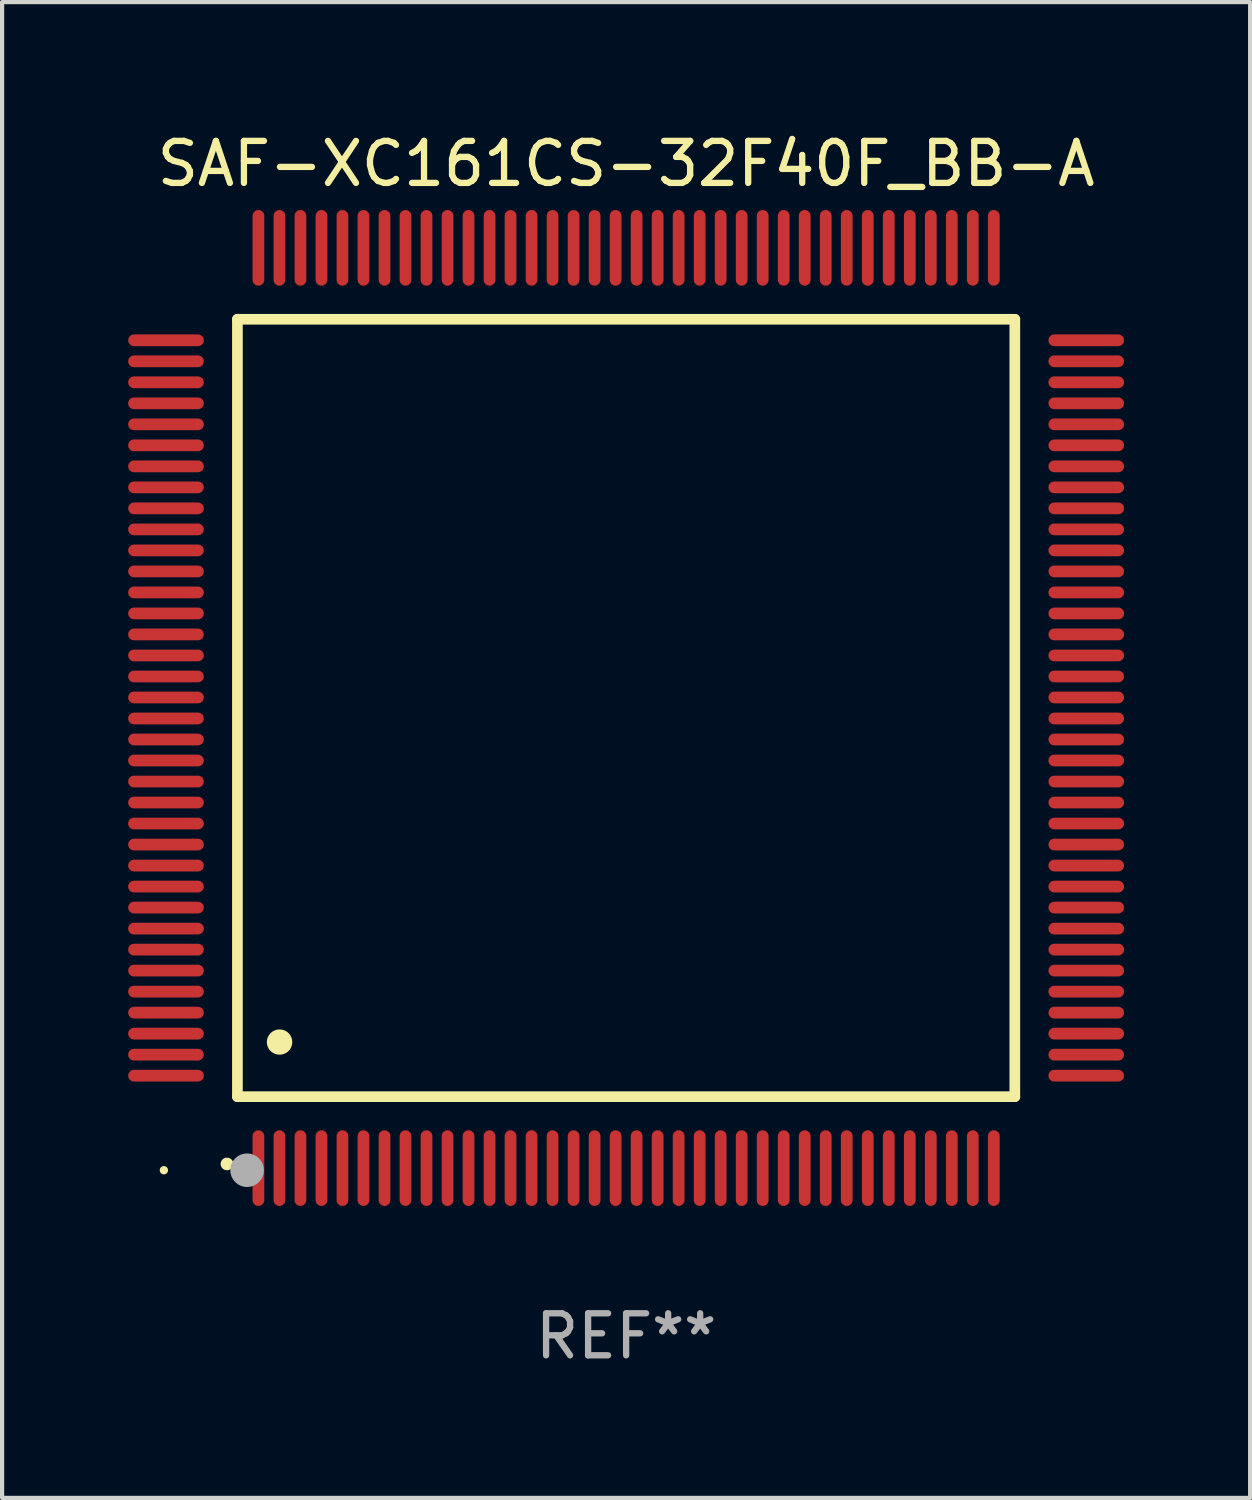
<source format=kicad_pcb>
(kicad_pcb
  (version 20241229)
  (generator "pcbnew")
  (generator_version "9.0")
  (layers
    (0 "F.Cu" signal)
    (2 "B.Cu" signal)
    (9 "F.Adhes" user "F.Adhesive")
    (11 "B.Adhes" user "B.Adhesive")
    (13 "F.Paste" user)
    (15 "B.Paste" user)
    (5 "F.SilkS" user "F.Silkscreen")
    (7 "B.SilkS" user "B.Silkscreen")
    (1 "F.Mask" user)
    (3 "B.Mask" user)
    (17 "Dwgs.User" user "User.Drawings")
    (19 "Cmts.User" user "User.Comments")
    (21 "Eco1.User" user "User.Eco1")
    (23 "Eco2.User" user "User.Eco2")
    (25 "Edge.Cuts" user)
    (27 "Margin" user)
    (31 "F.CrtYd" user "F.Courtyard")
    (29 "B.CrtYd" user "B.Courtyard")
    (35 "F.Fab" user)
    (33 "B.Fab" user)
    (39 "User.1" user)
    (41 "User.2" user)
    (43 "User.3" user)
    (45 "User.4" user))
  (footprint "SAF-XC161CS-32F40F_BB-A"
    (layer "F.Cu")
    (at 11.85 13.798)
    (property "Reference" "SAF-XC161CS-32F40F_BB-A" (at 0 -12.95 0) (layer "F.SilkS") (effects (font (size 1 1) (thickness 0.15))))
    (attr through_hole)
    (fp_line (start -9.25 -9.25) (end -9.25 9.25) (stroke (width 0.254) (type solid)) (layer "F.SilkS"))
    (fp_line (start -9.25 9.25) (end 9.25 9.25) (stroke (width 0.254) (type solid)) (layer "F.SilkS"))
    (fp_line (start 9.25 -9.25) (end -9.25 -9.25) (stroke (width 0.254) (type solid)) (layer "F.SilkS"))
    (fp_line (start 9.25 9.25) (end 9.25 -9.25) (stroke (width 0.254) (type solid)) (layer "F.SilkS"))
    (fp_arc (start -9.499619 10.850902) (mid -9.498349 10.850897) (end -9.497079 10.850902) (stroke (width 0.3) (type solid)) (layer "F.SilkS"))
    (fp_arc (start -8.249936 7.950216) (mid -8.247396 7.950205) (end -8.244856 7.950216) (stroke (width 0.6) (type solid)) (layer "F.SilkS"))
    (fp_circle (center -11 11) (end -10.95 11) (stroke (width 0.1) (type solid)) (fill no) (layer "F.SilkS"))
    (fp_circle (center -9.02 11) (end -8.82 11) (stroke (width 0.4) (type solid)) (fill no) (layer "F.Fab"))
    (fp_text user "REF**" (at 0 14.95 0) (layer "F.Fab") (effects (font (size 1 1) (thickness 0.15))))
    (pad "1" smd oval (at -8.75 10.95) (size 0.28 1.8) (layers "F.Cu" "F.Mask" "F.Paste"))
    (pad "2" smd oval (at -8.25 10.95) (size 0.28 1.8) (layers "F.Cu" "F.Mask" "F.Paste"))
    (pad "3" smd oval (at -7.75 10.95) (size 0.28 1.8) (layers "F.Cu" "F.Mask" "F.Paste"))
    (pad "4" smd oval (at -7.25 10.95) (size 0.28 1.8) (layers "F.Cu" "F.Mask" "F.Paste"))
    (pad "5" smd oval (at -6.75 10.95) (size 0.28 1.8) (layers "F.Cu" "F.Mask" "F.Paste"))
    (pad "6" smd oval (at -6.25 10.95) (size 0.28 1.8) (layers "F.Cu" "F.Mask" "F.Paste"))
    (pad "7" smd oval (at -5.75 10.95) (size 0.28 1.8) (layers "F.Cu" "F.Mask" "F.Paste"))
    (pad "8" smd oval (at -5.25 10.95) (size 0.28 1.8) (layers "F.Cu" "F.Mask" "F.Paste"))
    (pad "9" smd oval (at -4.75 10.95) (size 0.28 1.8) (layers "F.Cu" "F.Mask" "F.Paste"))
    (pad "10" smd oval (at -4.25 10.95) (size 0.28 1.8) (layers "F.Cu" "F.Mask" "F.Paste"))
    (pad "11" smd oval (at -3.75 10.95) (size 0.28 1.8) (layers "F.Cu" "F.Mask" "F.Paste"))
    (pad "12" smd oval (at -3.25 10.95) (size 0.28 1.8) (layers "F.Cu" "F.Mask" "F.Paste"))
    (pad "13" smd oval (at -2.75 10.95) (size 0.28 1.8) (layers "F.Cu" "F.Mask" "F.Paste"))
    (pad "14" smd oval (at -2.25 10.95) (size 0.28 1.8) (layers "F.Cu" "F.Mask" "F.Paste"))
    (pad "15" smd oval (at -1.75 10.95) (size 0.28 1.8) (layers "F.Cu" "F.Mask" "F.Paste"))
    (pad "16" smd oval (at -1.25 10.95) (size 0.28 1.8) (layers "F.Cu" "F.Mask" "F.Paste"))
    (pad "17" smd oval (at -0.75 10.95) (size 0.28 1.8) (layers "F.Cu" "F.Mask" "F.Paste"))
    (pad "18" smd oval (at -0.25 10.95) (size 0.28 1.8) (layers "F.Cu" "F.Mask" "F.Paste"))
    (pad "19" smd oval (at 0.25 10.95) (size 0.28 1.8) (layers "F.Cu" "F.Mask" "F.Paste"))
    (pad "20" smd oval (at 0.75 10.95) (size 0.28 1.8) (layers "F.Cu" "F.Mask" "F.Paste"))
    (pad "21" smd oval (at 1.25 10.95) (size 0.28 1.8) (layers "F.Cu" "F.Mask" "F.Paste"))
    (pad "22" smd oval (at 1.75 10.95) (size 0.28 1.8) (layers "F.Cu" "F.Mask" "F.Paste"))
    (pad "23" smd oval (at 2.25 10.95) (size 0.28 1.8) (layers "F.Cu" "F.Mask" "F.Paste"))
    (pad "24" smd oval (at 2.75 10.95) (size 0.28 1.8) (layers "F.Cu" "F.Mask" "F.Paste"))
    (pad "25" smd oval (at 3.25 10.95) (size 0.28 1.8) (layers "F.Cu" "F.Mask" "F.Paste"))
    (pad "26" smd oval (at 3.75 10.95) (size 0.28 1.8) (layers "F.Cu" "F.Mask" "F.Paste"))
    (pad "27" smd oval (at 4.25 10.95) (size 0.28 1.8) (layers "F.Cu" "F.Mask" "F.Paste"))
    (pad "28" smd oval (at 4.75 10.95) (size 0.28 1.8) (layers "F.Cu" "F.Mask" "F.Paste"))
    (pad "29" smd oval (at 5.25 10.95) (size 0.28 1.8) (layers "F.Cu" "F.Mask" "F.Paste"))
    (pad "30" smd oval (at 5.75 10.95) (size 0.28 1.8) (layers "F.Cu" "F.Mask" "F.Paste"))
    (pad "31" smd oval (at 6.25 10.95) (size 0.28 1.8) (layers "F.Cu" "F.Mask" "F.Paste"))
    (pad "32" smd oval (at 6.75 10.95) (size 0.28 1.8) (layers "F.Cu" "F.Mask" "F.Paste"))
    (pad "33" smd oval (at 7.25 10.95) (size 0.28 1.8) (layers "F.Cu" "F.Mask" "F.Paste"))
    (pad "34" smd oval (at 7.75 10.95) (size 0.28 1.8) (layers "F.Cu" "F.Mask" "F.Paste"))
    (pad "35" smd oval (at 8.25 10.95) (size 0.28 1.8) (layers "F.Cu" "F.Mask" "F.Paste"))
    (pad "36" smd oval (at 8.75 10.95) (size 0.28 1.8) (layers "F.Cu" "F.Mask" "F.Paste"))
    (pad "37" smd oval (at 10.95 8.75) (size 1.8 0.28) (layers "F.Cu" "F.Mask" "F.Paste"))
    (pad "38" smd oval (at 10.95 8.25) (size 1.8 0.28) (layers "F.Cu" "F.Mask" "F.Paste"))
    (pad "39" smd oval (at 10.95 7.75) (size 1.8 0.28) (layers "F.Cu" "F.Mask" "F.Paste"))
    (pad "40" smd oval (at 10.95 7.25) (size 1.8 0.28) (layers "F.Cu" "F.Mask" "F.Paste"))
    (pad "41" smd oval (at 10.95 6.75) (size 1.8 0.28) (layers "F.Cu" "F.Mask" "F.Paste"))
    (pad "42" smd oval (at 10.95 6.25) (size 1.8 0.28) (layers "F.Cu" "F.Mask" "F.Paste"))
    (pad "43" smd oval (at 10.95 5.75) (size 1.8 0.28) (layers "F.Cu" "F.Mask" "F.Paste"))
    (pad "44" smd oval (at 10.95 5.25) (size 1.8 0.28) (layers "F.Cu" "F.Mask" "F.Paste"))
    (pad "45" smd oval (at 10.95 4.75) (size 1.8 0.28) (layers "F.Cu" "F.Mask" "F.Paste"))
    (pad "46" smd oval (at 10.95 4.25) (size 1.8 0.28) (layers "F.Cu" "F.Mask" "F.Paste"))
    (pad "47" smd oval (at 10.95 3.75) (size 1.8 0.28) (layers "F.Cu" "F.Mask" "F.Paste"))
    (pad "48" smd oval (at 10.95 3.25) (size 1.8 0.28) (layers "F.Cu" "F.Mask" "F.Paste"))
    (pad "49" smd oval (at 10.95 2.75) (size 1.8 0.28) (layers "F.Cu" "F.Mask" "F.Paste"))
    (pad "50" smd oval (at 10.95 2.25) (size 1.8 0.28) (layers "F.Cu" "F.Mask" "F.Paste"))
    (pad "51" smd oval (at 10.95 1.75) (size 1.8 0.28) (layers "F.Cu" "F.Mask" "F.Paste"))
    (pad "52" smd oval (at 10.95 1.25) (size 1.8 0.28) (layers "F.Cu" "F.Mask" "F.Paste"))
    (pad "53" smd oval (at 10.95 0.75) (size 1.8 0.28) (layers "F.Cu" "F.Mask" "F.Paste"))
    (pad "54" smd oval (at 10.95 0.25) (size 1.8 0.28) (layers "F.Cu" "F.Mask" "F.Paste"))
    (pad "55" smd oval (at 10.95 -0.25) (size 1.8 0.28) (layers "F.Cu" "F.Mask" "F.Paste"))
    (pad "56" smd oval (at 10.95 -0.75) (size 1.8 0.28) (layers "F.Cu" "F.Mask" "F.Paste"))
    (pad "57" smd oval (at 10.95 -1.25) (size 1.8 0.28) (layers "F.Cu" "F.Mask" "F.Paste"))
    (pad "58" smd oval (at 10.95 -1.75) (size 1.8 0.28) (layers "F.Cu" "F.Mask" "F.Paste"))
    (pad "59" smd oval (at 10.95 -2.25) (size 1.8 0.28) (layers "F.Cu" "F.Mask" "F.Paste"))
    (pad "60" smd oval (at 10.95 -2.75) (size 1.8 0.28) (layers "F.Cu" "F.Mask" "F.Paste"))
    (pad "61" smd oval (at 10.95 -3.25) (size 1.8 0.28) (layers "F.Cu" "F.Mask" "F.Paste"))
    (pad "62" smd oval (at 10.95 -3.75) (size 1.8 0.28) (layers "F.Cu" "F.Mask" "F.Paste"))
    (pad "63" smd oval (at 10.95 -4.25) (size 1.8 0.28) (layers "F.Cu" "F.Mask" "F.Paste"))
    (pad "64" smd oval (at 10.95 -4.75) (size 1.8 0.28) (layers "F.Cu" "F.Mask" "F.Paste"))
    (pad "65" smd oval (at 10.95 -5.25) (size 1.8 0.28) (layers "F.Cu" "F.Mask" "F.Paste"))
    (pad "66" smd oval (at 10.95 -5.75) (size 1.8 0.28) (layers "F.Cu" "F.Mask" "F.Paste"))
    (pad "67" smd oval (at 10.95 -6.25) (size 1.8 0.28) (layers "F.Cu" "F.Mask" "F.Paste"))
    (pad "68" smd oval (at 10.95 -6.75) (size 1.8 0.28) (layers "F.Cu" "F.Mask" "F.Paste"))
    (pad "69" smd oval (at 10.95 -7.25) (size 1.8 0.28) (layers "F.Cu" "F.Mask" "F.Paste"))
    (pad "70" smd oval (at 10.95 -7.75) (size 1.8 0.28) (layers "F.Cu" "F.Mask" "F.Paste"))
    (pad "71" smd oval (at 10.95 -8.25) (size 1.8 0.28) (layers "F.Cu" "F.Mask" "F.Paste"))
    (pad "72" smd oval (at 10.95 -8.75) (size 1.8 0.28) (layers "F.Cu" "F.Mask" "F.Paste"))
    (pad "73" smd oval (at 8.75 -10.95) (size 0.28 1.8) (layers "F.Cu" "F.Mask" "F.Paste"))
    (pad "74" smd oval (at 8.25 -10.95) (size 0.28 1.8) (layers "F.Cu" "F.Mask" "F.Paste"))
    (pad "75" smd oval (at 7.75 -10.95) (size 0.28 1.8) (layers "F.Cu" "F.Mask" "F.Paste"))
    (pad "76" smd oval (at 7.25 -10.95) (size 0.28 1.8) (layers "F.Cu" "F.Mask" "F.Paste"))
    (pad "77" smd oval (at 6.75 -10.95) (size 0.28 1.8) (layers "F.Cu" "F.Mask" "F.Paste"))
    (pad "78" smd oval (at 6.25 -10.95) (size 0.28 1.8) (layers "F.Cu" "F.Mask" "F.Paste"))
    (pad "79" smd oval (at 5.75 -10.95) (size 0.28 1.8) (layers "F.Cu" "F.Mask" "F.Paste"))
    (pad "80" smd oval (at 5.25 -10.95) (size 0.28 1.8) (layers "F.Cu" "F.Mask" "F.Paste"))
    (pad "81" smd oval (at 4.75 -10.95) (size 0.28 1.8) (layers "F.Cu" "F.Mask" "F.Paste"))
    (pad "82" smd oval (at 4.25 -10.95) (size 0.28 1.8) (layers "F.Cu" "F.Mask" "F.Paste"))
    (pad "83" smd oval (at 3.75 -10.95) (size 0.28 1.8) (layers "F.Cu" "F.Mask" "F.Paste"))
    (pad "84" smd oval (at 3.25 -10.95) (size 0.28 1.8) (layers "F.Cu" "F.Mask" "F.Paste"))
    (pad "85" smd oval (at 2.75 -10.95) (size 0.28 1.8) (layers "F.Cu" "F.Mask" "F.Paste"))
    (pad "86" smd oval (at 2.25 -10.95) (size 0.28 1.8) (layers "F.Cu" "F.Mask" "F.Paste"))
    (pad "87" smd oval (at 1.75 -10.95) (size 0.28 1.8) (layers "F.Cu" "F.Mask" "F.Paste"))
    (pad "88" smd oval (at 1.25 -10.95) (size 0.28 1.8) (layers "F.Cu" "F.Mask" "F.Paste"))
    (pad "89" smd oval (at 0.75 -10.95) (size 0.28 1.8) (layers "F.Cu" "F.Mask" "F.Paste"))
    (pad "90" smd oval (at 0.25 -10.95) (size 0.28 1.8) (layers "F.Cu" "F.Mask" "F.Paste"))
    (pad "91" smd oval (at -0.25 -10.95) (size 0.28 1.8) (layers "F.Cu" "F.Mask" "F.Paste"))
    (pad "92" smd oval (at -0.75 -10.95) (size 0.28 1.8) (layers "F.Cu" "F.Mask" "F.Paste"))
    (pad "93" smd oval (at -1.25 -10.95) (size 0.28 1.8) (layers "F.Cu" "F.Mask" "F.Paste"))
    (pad "94" smd oval (at -1.75 -10.95) (size 0.28 1.8) (layers "F.Cu" "F.Mask" "F.Paste"))
    (pad "95" smd oval (at -2.25 -10.95) (size 0.28 1.8) (layers "F.Cu" "F.Mask" "F.Paste"))
    (pad "96" smd oval (at -2.75 -10.95) (size 0.28 1.8) (layers "F.Cu" "F.Mask" "F.Paste"))
    (pad "97" smd oval (at -3.25 -10.95) (size 0.28 1.8) (layers "F.Cu" "F.Mask" "F.Paste"))
    (pad "98" smd oval (at -3.75 -10.95) (size 0.28 1.8) (layers "F.Cu" "F.Mask" "F.Paste"))
    (pad "99" smd oval (at -4.25 -10.95) (size 0.28 1.8) (layers "F.Cu" "F.Mask" "F.Paste"))
    (pad "100" smd oval (at -4.75 -10.95) (size 0.28 1.8) (layers "F.Cu" "F.Mask" "F.Paste"))
    (pad "101" smd oval (at -5.25 -10.95) (size 0.28 1.8) (layers "F.Cu" "F.Mask" "F.Paste"))
    (pad "102" smd oval (at -5.75 -10.95) (size 0.28 1.8) (layers "F.Cu" "F.Mask" "F.Paste"))
    (pad "103" smd oval (at -6.25 -10.95) (size 0.28 1.8) (layers "F.Cu" "F.Mask" "F.Paste"))
    (pad "104" smd oval (at -6.75 -10.95) (size 0.28 1.8) (layers "F.Cu" "F.Mask" "F.Paste"))
    (pad "105" smd oval (at -7.25 -10.95) (size 0.28 1.8) (layers "F.Cu" "F.Mask" "F.Paste"))
    (pad "106" smd oval (at -7.75 -10.95) (size 0.28 1.8) (layers "F.Cu" "F.Mask" "F.Paste"))
    (pad "107" smd oval (at -8.25 -10.95) (size 0.28 1.8) (layers "F.Cu" "F.Mask" "F.Paste"))
    (pad "108" smd oval (at -8.75 -10.95) (size 0.28 1.8) (layers "F.Cu" "F.Mask" "F.Paste"))
    (pad "109" smd oval (at -10.95 -8.75) (size 1.8 0.28) (layers "F.Cu" "F.Mask" "F.Paste"))
    (pad "110" smd oval (at -10.95 -8.25) (size 1.8 0.28) (layers "F.Cu" "F.Mask" "F.Paste"))
    (pad "111" smd oval (at -10.95 -7.75) (size 1.8 0.28) (layers "F.Cu" "F.Mask" "F.Paste"))
    (pad "112" smd oval (at -10.95 -7.25) (size 1.8 0.28) (layers "F.Cu" "F.Mask" "F.Paste"))
    (pad "113" smd oval (at -10.95 -6.75) (size 1.8 0.28) (layers "F.Cu" "F.Mask" "F.Paste"))
    (pad "114" smd oval (at -10.95 -6.25) (size 1.8 0.28) (layers "F.Cu" "F.Mask" "F.Paste"))
    (pad "115" smd oval (at -10.95 -5.75) (size 1.8 0.28) (layers "F.Cu" "F.Mask" "F.Paste"))
    (pad "116" smd oval (at -10.95 -5.25) (size 1.8 0.28) (layers "F.Cu" "F.Mask" "F.Paste"))
    (pad "117" smd oval (at -10.95 -4.75) (size 1.8 0.28) (layers "F.Cu" "F.Mask" "F.Paste"))
    (pad "118" smd oval (at -10.95 -4.25) (size 1.8 0.28) (layers "F.Cu" "F.Mask" "F.Paste"))
    (pad "119" smd oval (at -10.95 -3.75) (size 1.8 0.28) (layers "F.Cu" "F.Mask" "F.Paste"))
    (pad "120" smd oval (at -10.95 -3.25) (size 1.8 0.28) (layers "F.Cu" "F.Mask" "F.Paste"))
    (pad "121" smd oval (at -10.95 -2.75) (size 1.8 0.28) (layers "F.Cu" "F.Mask" "F.Paste"))
    (pad "122" smd oval (at -10.95 -2.25) (size 1.8 0.28) (layers "F.Cu" "F.Mask" "F.Paste"))
    (pad "123" smd oval (at -10.95 -1.75) (size 1.8 0.28) (layers "F.Cu" "F.Mask" "F.Paste"))
    (pad "124" smd oval (at -10.95 -1.25) (size 1.8 0.28) (layers "F.Cu" "F.Mask" "F.Paste"))
    (pad "125" smd oval (at -10.95 -0.75) (size 1.8 0.28) (layers "F.Cu" "F.Mask" "F.Paste"))
    (pad "126" smd oval (at -10.95 -0.25) (size 1.8 0.28) (layers "F.Cu" "F.Mask" "F.Paste"))
    (pad "127" smd oval (at -10.95 0.25) (size 1.8 0.28) (layers "F.Cu" "F.Mask" "F.Paste"))
    (pad "128" smd oval (at -10.95 0.75) (size 1.8 0.28) (layers "F.Cu" "F.Mask" "F.Paste"))
    (pad "129" smd oval (at -10.95 1.25) (size 1.8 0.28) (layers "F.Cu" "F.Mask" "F.Paste"))
    (pad "130" smd oval (at -10.95 1.75) (size 1.8 0.28) (layers "F.Cu" "F.Mask" "F.Paste"))
    (pad "131" smd oval (at -10.95 2.25) (size 1.8 0.28) (layers "F.Cu" "F.Mask" "F.Paste"))
    (pad "132" smd oval (at -10.95 2.75) (size 1.8 0.28) (layers "F.Cu" "F.Mask" "F.Paste"))
    (pad "133" smd oval (at -10.95 3.25) (size 1.8 0.28) (layers "F.Cu" "F.Mask" "F.Paste"))
    (pad "134" smd oval (at -10.95 3.75) (size 1.8 0.28) (layers "F.Cu" "F.Mask" "F.Paste"))
    (pad "135" smd oval (at -10.95 4.25) (size 1.8 0.28) (layers "F.Cu" "F.Mask" "F.Paste"))
    (pad "136" smd oval (at -10.95 4.75) (size 1.8 0.28) (layers "F.Cu" "F.Mask" "F.Paste"))
    (pad "137" smd oval (at -10.95 5.25) (size 1.8 0.28) (layers "F.Cu" "F.Mask" "F.Paste"))
    (pad "138" smd oval (at -10.95 5.75) (size 1.8 0.28) (layers "F.Cu" "F.Mask" "F.Paste"))
    (pad "139" smd oval (at -10.95 6.25) (size 1.8 0.28) (layers "F.Cu" "F.Mask" "F.Paste"))
    (pad "140" smd oval (at -10.95 6.75) (size 1.8 0.28) (layers "F.Cu" "F.Mask" "F.Paste"))
    (pad "141" smd oval (at -10.95 7.25) (size 1.8 0.28) (layers "F.Cu" "F.Mask" "F.Paste"))
    (pad "142" smd oval (at -10.95 7.75) (size 1.8 0.28) (layers "F.Cu" "F.Mask" "F.Paste"))
    (pad "143" smd oval (at -10.95 8.25) (size 1.8 0.28) (layers "F.Cu" "F.Mask" "F.Paste"))
    (pad "144" smd oval (at -10.95 8.75) (size 1.8 0.28) (layers "F.Cu" "F.Mask" "F.Paste")))
  (gr_rect
    (start -3 -3)
    (end 26.7 32.596)
    (stroke (width 0.1) (type default))
    (fill no)
    (layer "Edge.Cuts")))
</source>
